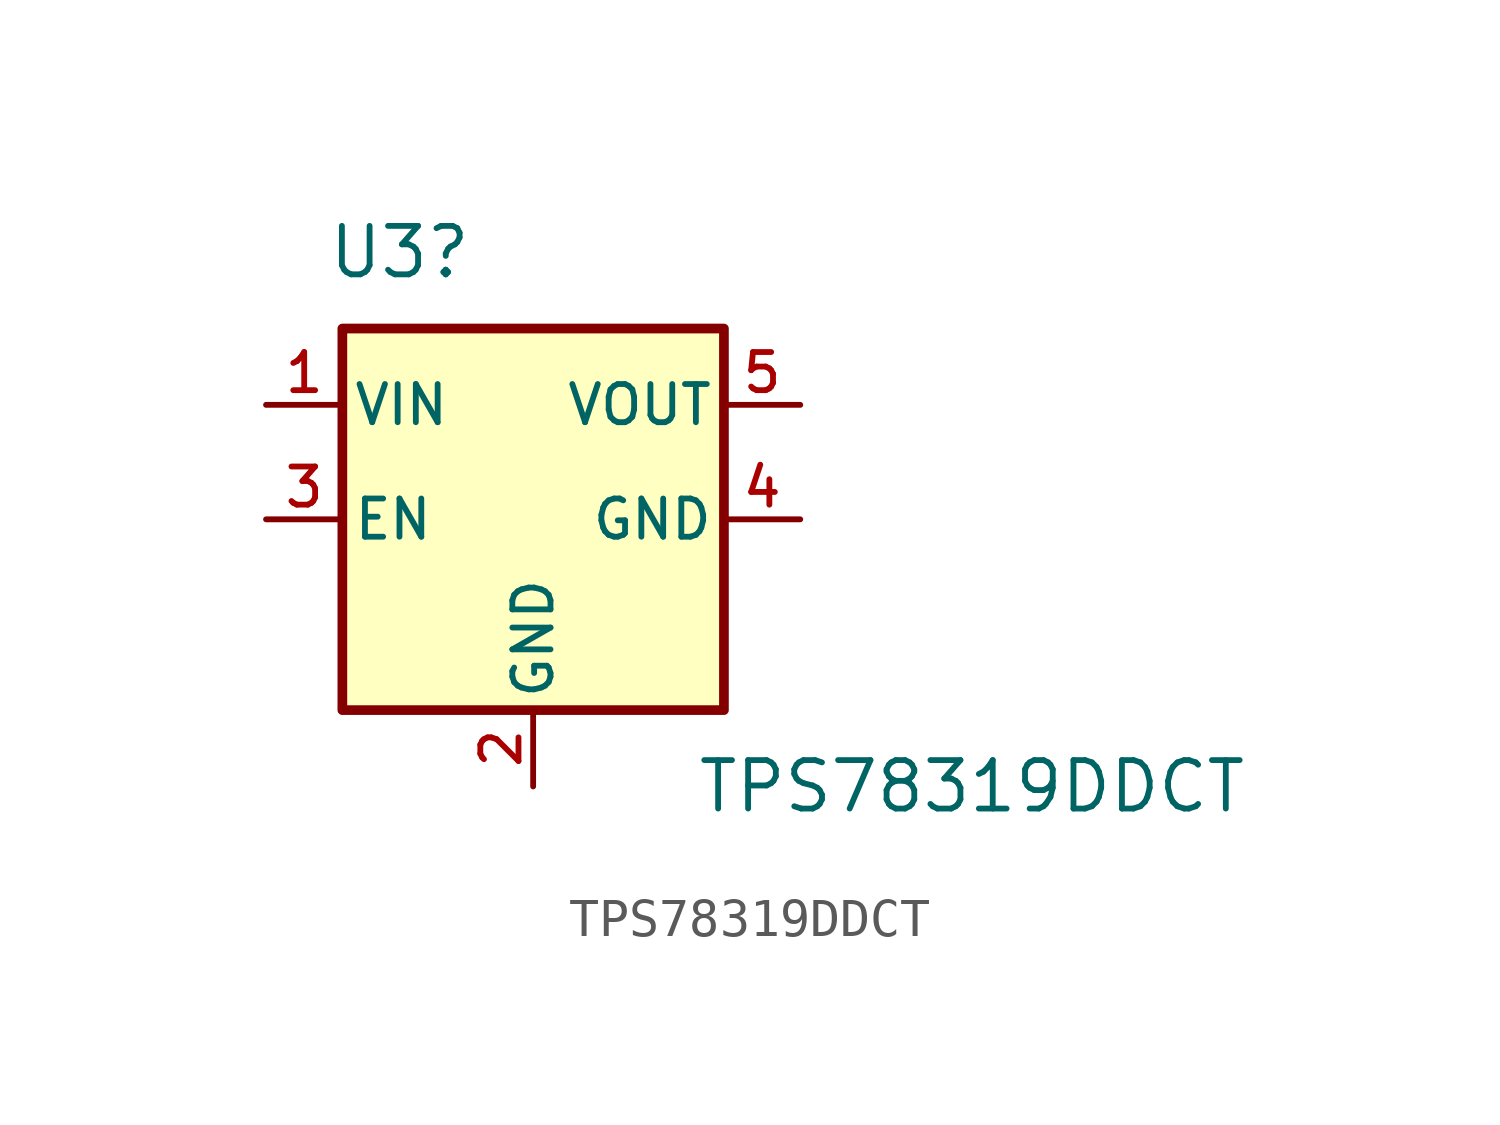
<source format=kicad_sym>
(kicad_symbol_lib
  (version 20220914)
  (generator kicad_symbol_editor)
  (symbol "TPS78319DDCT"
    (pin_names
      (offset 0.254))
    (property "Reference" "U3"
      (at 1.5 2 0)
      (effects (font (size 1.27 1.27))))
    (property "Value" "TPS78319DDCT"
      (at 16.5 -12 0)
      (effects (font (size 1.27 1.27))))
    (symbol "TPS78319DDCT_0_1"
      (rectangle (start 0 0) (end 10 -10) (stroke (width 0.254) (type default)) (fill (type background))))
    (symbol "TPS78319DDCT_1_1"
      (pin power_in line (at -2 -2 0) (length 2) (name "VIN" (effects (font (size 1 1)))) (number "1" (effects (font (size 1 1)))))
      (pin power_in line (at 5 -12 90) (length 2) (name "GND" (effects (font (size 1 1)))) (number "2" (effects (font (size 1 1)))))
      (pin input line (at -2 -5 0) (length 2) (name "EN" (effects (font (size 1 1)))) (number "3" (effects (font (size 1 1)))))
      (pin power_in line (at 12 -5 180) (length 2) (name "GND" (effects (font (size 1 1)))) (number "4" (effects (font (size 1 1)))))
      (pin power_out line (at 12 -2 180) (length 2) (name "VOUT" (effects (font (size 1 1)))) (number "5" (effects (font (size 1 1))))))))
</source>
